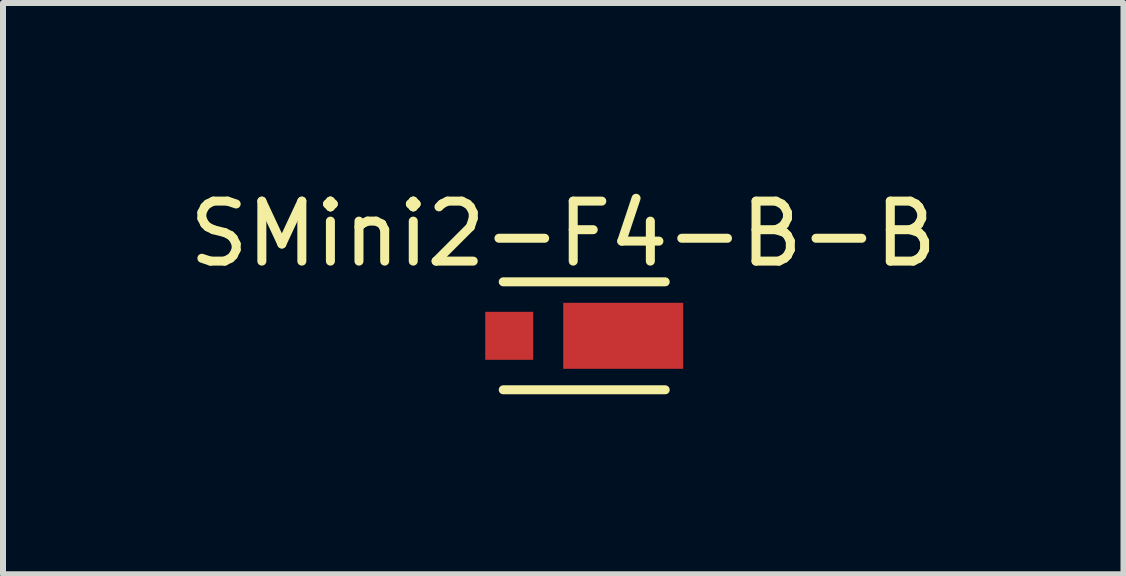
<source format=kicad_pcb>
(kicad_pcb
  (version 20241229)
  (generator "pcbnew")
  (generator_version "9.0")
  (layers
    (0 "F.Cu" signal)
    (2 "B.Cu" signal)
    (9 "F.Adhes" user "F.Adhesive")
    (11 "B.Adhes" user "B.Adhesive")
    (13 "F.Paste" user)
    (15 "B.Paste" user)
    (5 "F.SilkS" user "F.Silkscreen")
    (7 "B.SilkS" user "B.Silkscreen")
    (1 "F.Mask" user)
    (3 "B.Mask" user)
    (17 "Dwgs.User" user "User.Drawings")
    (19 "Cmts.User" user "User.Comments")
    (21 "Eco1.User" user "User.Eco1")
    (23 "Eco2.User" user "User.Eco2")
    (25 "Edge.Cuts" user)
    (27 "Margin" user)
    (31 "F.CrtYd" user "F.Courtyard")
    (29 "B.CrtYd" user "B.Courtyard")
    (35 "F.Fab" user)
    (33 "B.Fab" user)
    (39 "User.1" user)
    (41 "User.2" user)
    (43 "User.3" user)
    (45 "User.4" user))
  (footprint "SMini2-F4-B-B"
    (layer "F.Cu")
    (at 6.339 2.548)
    (property "Reference" "SMini2-F4-B-B" (at 0 -1.7 0) (layer "F.SilkS") (effects (font (size 1 1) (thickness 0.15))))
    (attr smd)
    (fp_line (start -1 -0.9) (end 1.7 -0.9) (stroke (width 0.15) (type solid)) (layer "F.SilkS"))
    (fp_line (start -1 0.9) (end 1.7 0.9) (stroke (width 0.15) (type solid)) (layer "F.SilkS"))
    (pad "1" smd rect (at 1 0) (size 2 1.1) (layers "F.Cu" "F.Mask" "F.Paste"))
    (pad "2" smd rect (at -0.9 0) (size 0.8 0.8) (layers "F.Cu" "F.Mask" "F.Paste")))
  (gr_rect
    (start -3 -3)
    (end 15.679 6.523)
    (stroke (width 0.1) (type default))
    (fill no)
    (layer "Edge.Cuts")))
</source>
